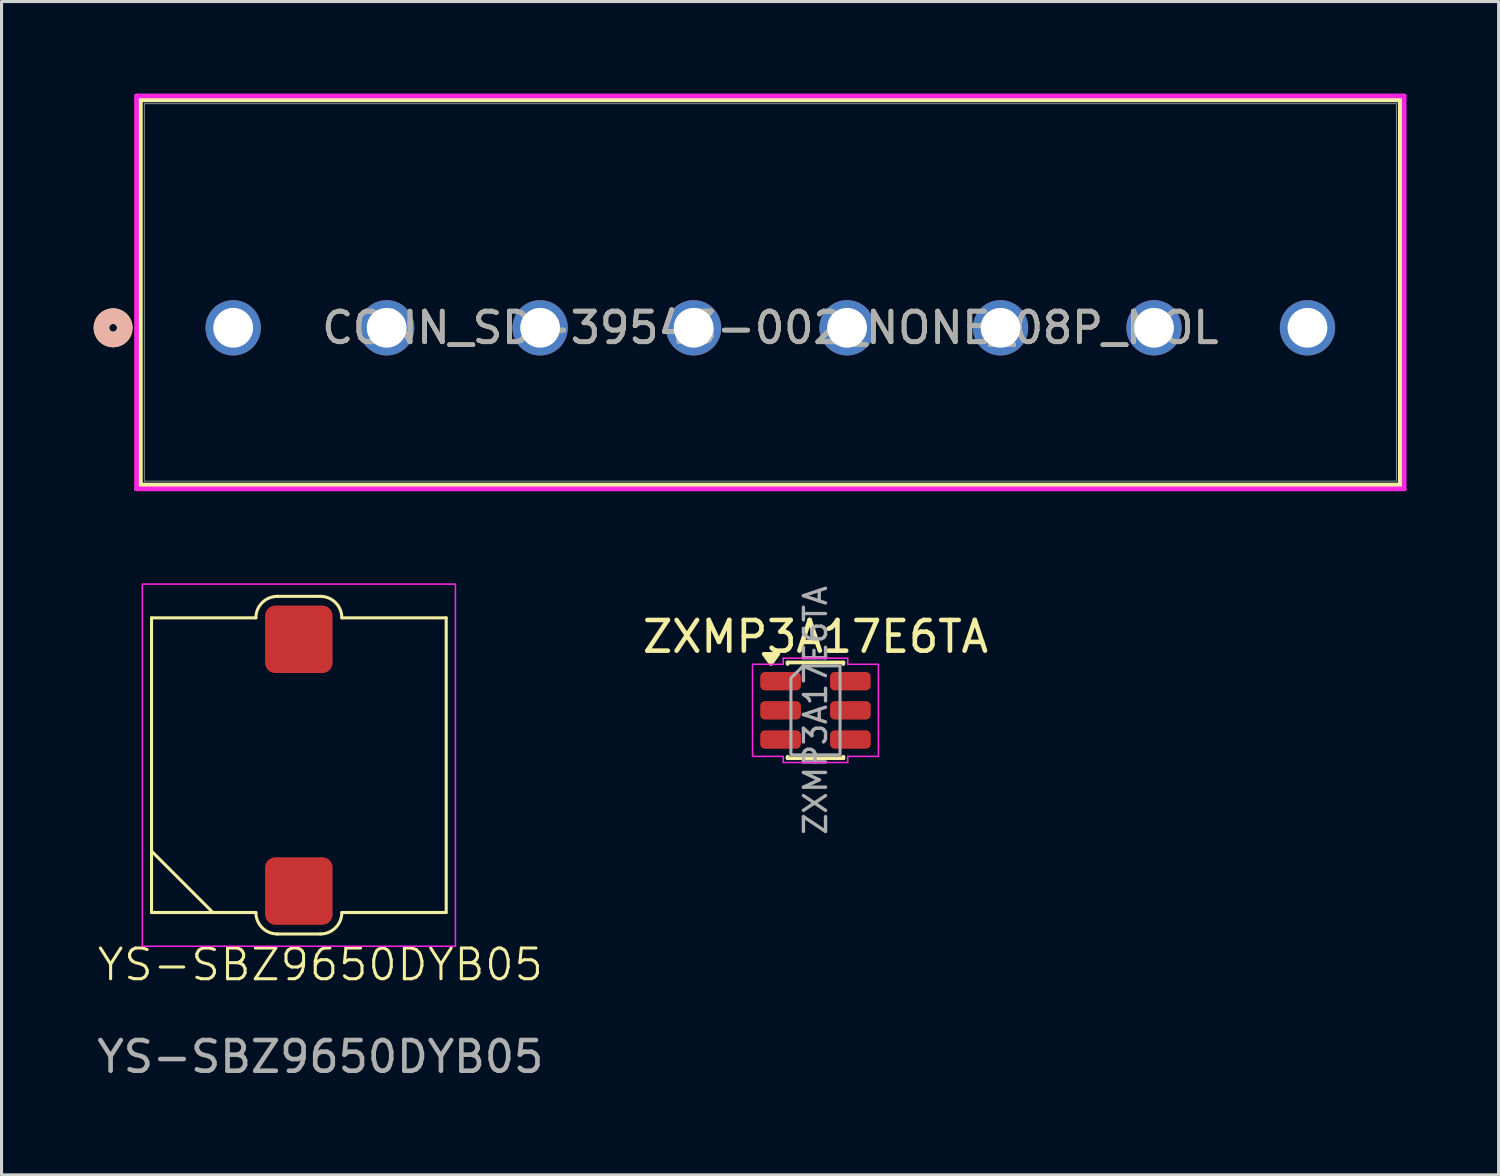
<source format=kicad_pcb>
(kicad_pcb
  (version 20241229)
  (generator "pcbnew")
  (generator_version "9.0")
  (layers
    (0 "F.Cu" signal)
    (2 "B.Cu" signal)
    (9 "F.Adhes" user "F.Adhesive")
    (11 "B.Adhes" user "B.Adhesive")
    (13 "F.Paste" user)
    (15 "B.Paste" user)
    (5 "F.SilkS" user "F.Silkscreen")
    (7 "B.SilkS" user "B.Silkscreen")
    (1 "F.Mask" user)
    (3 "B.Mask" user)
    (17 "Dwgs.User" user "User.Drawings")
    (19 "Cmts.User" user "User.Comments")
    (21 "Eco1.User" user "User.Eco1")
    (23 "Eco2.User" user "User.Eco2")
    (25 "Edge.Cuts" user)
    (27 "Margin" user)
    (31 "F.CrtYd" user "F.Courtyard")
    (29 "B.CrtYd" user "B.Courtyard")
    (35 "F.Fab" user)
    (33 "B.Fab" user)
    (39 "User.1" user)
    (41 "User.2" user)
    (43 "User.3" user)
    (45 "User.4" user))
  (footprint "YS-SBZ9650DYB05"
    (layer "F.Cu")
    (at 1.887 17.079)
    (property "Reference" "YS-SBZ9650DYB05" (at 5.5 11.3 0) (unlocked yes) (layer "F.SilkS") (effects (font (size 1 1) (thickness 0.1))))
    (attr smd)
    (fp_line (start 0 0) (end 0 9.6) (stroke (width 0.1) (type default)) (layer "F.SilkS"))
    (fp_line (start 0 0) (end 3.4 0) (stroke (width 0.1) (type default)) (layer "F.SilkS"))
    (fp_line (start 0 7.6) (end 2 9.6) (stroke (width 0.1) (type default)) (layer "F.SilkS"))
    (fp_line (start 3.4 9.6) (end 0 9.6) (stroke (width 0.1) (type default)) (layer "F.SilkS"))
    (fp_line (start 4.1 -0.7) (end 5.5 -0.7) (stroke (width 0.1) (type default)) (layer "F.SilkS"))
    (fp_line (start 4.1 10.3) (end 5.5 10.3) (stroke (width 0.1) (type default)) (layer "F.SilkS"))
    (fp_line (start 6.2 0) (end 9.6 0) (stroke (width 0.1) (type default)) (layer "F.SilkS"))
    (fp_line (start 6.2 9.6) (end 9.6 9.6) (stroke (width 0.1) (type default)) (layer "F.SilkS"))
    (fp_line (start 9.6 0) (end 9.6 9.6) (stroke (width 0.1) (type default)) (layer "F.SilkS"))
    (fp_arc (start 3.4 0) (mid 3.605025 -0.494975) (end 4.1 -0.7) (stroke (width 0.1) (type default)) (layer "F.SilkS"))
    (fp_arc (start 4.1 10.3) (mid 3.605025 10.094975) (end 3.4 9.6) (stroke (width 0.1) (type default)) (layer "F.SilkS"))
    (fp_arc (start 5.5 -0.7) (mid 5.994975 -0.494975) (end 6.2 0) (stroke (width 0.1) (type default)) (layer "F.SilkS"))
    (fp_arc (start 6.2 9.6) (mid 5.994975 10.094975) (end 5.5 10.3) (stroke (width 0.1) (type default)) (layer "F.SilkS"))
    (fp_rect (start -0.3 -1.1) (end 9.9 10.7) (stroke (width 0.05) (type default)) (fill no) (layer "F.CrtYd"))
    (fp_text user "${REFERENCE}" (at 5.5 14.3 0) (unlocked yes) (layer "F.Fab") (effects (font (size 1 1) (thickness 0.15))))
    (pad "1" smd roundrect (at 4.8 0.7) (size 2.2 2.2) (layers "F.Cu" "F.Mask" "F.Paste") (roundrect_rratio 0.15))
    (pad "2" smd roundrect (at 4.8 8.9) (size 2.2 2.2) (layers "F.Cu" "F.Mask" "F.Paste") (roundrect_rratio 0.15)))
  (footprint "ZXMP3A17E6TA"
    (layer "F.Cu")
    (at 23.518 20.093)
    (property "Reference" "ZXMP3A17E6TA" (at 0 -2.4 0) (layer "F.SilkS") (effects (font (size 1 1) (thickness 0.15))))
    (attr smd)
    (fp_line (start -0.91 -1.56) (end 0.91 -1.56) (stroke (width 0.12) (type solid)) (layer "F.SilkS"))
    (fp_line (start -0.91 -1.51) (end -0.91 -1.56) (stroke (width 0.12) (type solid)) (layer "F.SilkS"))
    (fp_line (start -0.91 1.56) (end -0.91 1.51) (stroke (width 0.12) (type solid)) (layer "F.SilkS"))
    (fp_line (start 0.91 -1.56) (end 0.91 -1.51) (stroke (width 0.12) (type solid)) (layer "F.SilkS"))
    (fp_line (start 0.91 1.51) (end 0.91 1.56) (stroke (width 0.12) (type solid)) (layer "F.SilkS"))
    (fp_line (start 0.91 1.56) (end -0.91 1.56) (stroke (width 0.12) (type solid)) (layer "F.SilkS"))
    (fp_poly (pts (xy -1.45 -1.51) (xy -1.69 -1.84) (xy -1.21 -1.84)) (stroke (width 0.12) (type solid)) (fill yes) (layer "F.SilkS"))
    (fp_line (start -2.05 -1.5) (end -1.05 -1.5) (stroke (width 0.05) (type solid)) (layer "F.CrtYd"))
    (fp_line (start -2.05 1.5) (end -2.05 -1.5) (stroke (width 0.05) (type solid)) (layer "F.CrtYd"))
    (fp_line (start -1.05 -1.7) (end 1.05 -1.7) (stroke (width 0.05) (type solid)) (layer "F.CrtYd"))
    (fp_line (start -1.05 -1.5) (end -1.05 -1.7) (stroke (width 0.05) (type solid)) (layer "F.CrtYd"))
    (fp_line (start -1.05 1.5) (end -2.05 1.5) (stroke (width 0.05) (type solid)) (layer "F.CrtYd"))
    (fp_line (start -1.05 1.7) (end -1.05 1.5) (stroke (width 0.05) (type solid)) (layer "F.CrtYd"))
    (fp_line (start 1.05 -1.7) (end 1.05 -1.5) (stroke (width 0.05) (type solid)) (layer "F.CrtYd"))
    (fp_line (start 1.05 -1.5) (end 2.05 -1.5) (stroke (width 0.05) (type solid)) (layer "F.CrtYd"))
    (fp_line (start 1.05 1.5) (end 1.05 1.7) (stroke (width 0.05) (type solid)) (layer "F.CrtYd"))
    (fp_line (start 1.05 1.7) (end -1.05 1.7) (stroke (width 0.05) (type solid)) (layer "F.CrtYd"))
    (fp_line (start 2.05 -1.5) (end 2.05 1.5) (stroke (width 0.05) (type solid)) (layer "F.CrtYd"))
    (fp_line (start 2.05 1.5) (end 1.05 1.5) (stroke (width 0.05) (type solid)) (layer "F.CrtYd"))
    (fp_poly (pts (xy -0.8 -1.05) (xy -0.8 1.45) (xy 0.8 1.45) (xy 0.8 -1.45) (xy -0.4 -1.45)) (stroke (width 0.1) (type solid)) (fill no) (layer "F.Fab"))
    (fp_text user "${REFERENCE}" (at 0 0 90) (layer "F.Fab") (effects (font (size 0.72 0.72) (thickness 0.11))))
    (pad "1" smd roundrect (at -1.137 0.95) (size 1.325 0.6) (layers "F.Cu" "F.Mask" "F.Paste") (roundrect_rratio 0.25))
    (pad "2" smd roundrect (at -1.137 -0.95) (size 1.325 0.6) (layers "F.Cu" "F.Mask" "F.Paste") (roundrect_rratio 0.25))
    (pad "2" smd roundrect (at -1.137 0) (size 1.325 0.6) (layers "F.Cu" "F.Mask" "F.Paste") (roundrect_rratio 0.25))
    (pad "2" smd roundrect (at 1.137 -0.95) (size 1.325 0.6) (layers "F.Cu" "F.Mask" "F.Paste") (roundrect_rratio 0.25))
    (pad "2" smd roundrect (at 1.137 0) (size 1.325 0.6) (layers "F.Cu" "F.Mask" "F.Paste") (roundrect_rratio 0.25))
    (pad "3" smd roundrect (at 1.137 0.95) (size 1.325 0.6) (layers "F.Cu" "F.Mask" "F.Paste") (roundrect_rratio 0.25)))
  (footprint "CONN_SD-39543-002_NONE_08P_MOL"
    (layer "F.Cu")
    (at 4.547 7.63)
    (property "Reference" "CONN_SD-39543-002_NONE_08P_MOL" (at 17.5 0 0) (unlocked yes) (layer "F.SilkS") (effects (font (size 1 1) (thickness 0.15))))
    (attr through_hole)
    (fp_line (start -3.023 -7.427) (end -3.023 5.121) (stroke (width 0.152) (type solid)) (layer "F.SilkS"))
    (fp_line (start -3.023 5.121) (end 38.023 5.121) (stroke (width 0.152) (type solid)) (layer "F.SilkS"))
    (fp_line (start 38.023 -7.427) (end -3.023 -7.427) (stroke (width 0.152) (type solid)) (layer "F.SilkS"))
    (fp_line (start 38.023 5.121) (end 38.023 -7.427) (stroke (width 0.152) (type solid)) (layer "F.SilkS"))
    (fp_circle (center -3.912 0) (end -3.531 0) (stroke (width 0.508) (type solid)) (fill no) (layer "F.SilkS"))
    (fp_circle (center -3.912 0) (end -3.531 0) (stroke (width 0.508) (type solid)) (fill no) (layer "B.SilkS"))
    (fp_line (start -3.15 -7.554) (end -3.15 5.248) (stroke (width 0.152) (type solid)) (layer "F.CrtYd"))
    (fp_line (start -3.15 5.248) (end 38.15 5.248) (stroke (width 0.152) (type solid)) (layer "F.CrtYd"))
    (fp_line (start 38.15 -7.554) (end -3.15 -7.554) (stroke (width 0.152) (type solid)) (layer "F.CrtYd"))
    (fp_line (start 38.15 5.248) (end 38.15 -7.554) (stroke (width 0.152) (type solid)) (layer "F.CrtYd"))
    (fp_line (start -2.896 -7.3) (end -2.896 4.994) (stroke (width 0.025) (type solid)) (layer "F.Fab"))
    (fp_line (start -2.896 4.994) (end 37.896 4.994) (stroke (width 0.025) (type solid)) (layer "F.Fab"))
    (fp_line (start 37.896 -7.3) (end -2.896 -7.3) (stroke (width 0.025) (type solid)) (layer "F.Fab"))
    (fp_line (start 37.896 4.994) (end 37.896 -7.3) (stroke (width 0.025) (type solid)) (layer "F.Fab"))
    (fp_circle (center 0 0) (end 0.381 0) (stroke (width 0.508) (type solid)) (fill no) (layer "F.Fab"))
    (fp_text user "${REFERENCE}" (at 17.5 0 0) (unlocked yes) (layer "F.Fab") (effects (font (size 1 1) (thickness 0.15))))
    (pad "1" thru_hole circle (at 0 0) (size 1.803 1.803) (drill 1.295) (layers "*.Cu" "*.Mask"))
    (pad "2" thru_hole circle (at 5 0) (size 1.803 1.803) (drill 1.295) (layers "*.Cu" "*.Mask"))
    (pad "3" thru_hole circle (at 10 0) (size 1.803 1.803) (drill 1.295) (layers "*.Cu" "*.Mask"))
    (pad "4" thru_hole circle (at 15 0) (size 1.803 1.803) (drill 1.295) (layers "*.Cu" "*.Mask"))
    (pad "5" thru_hole circle (at 20 0) (size 1.803 1.803) (drill 1.295) (layers "*.Cu" "*.Mask"))
    (pad "6" thru_hole circle (at 25 0) (size 1.803 1.803) (drill 1.295) (layers "*.Cu" "*.Mask"))
    (pad "7" thru_hole circle (at 30 0) (size 1.803 1.803) (drill 1.295) (layers "*.Cu" "*.Mask"))
    (pad "8" thru_hole circle (at 35 0) (size 1.803 1.803) (drill 1.295) (layers "*.Cu" "*.Mask")))
  (gr_rect
    (start -3 -3)
    (end 45.774 35.227)
    (stroke (width 0.1) (type default))
    (fill no)
    (layer "Edge.Cuts")))
</source>
